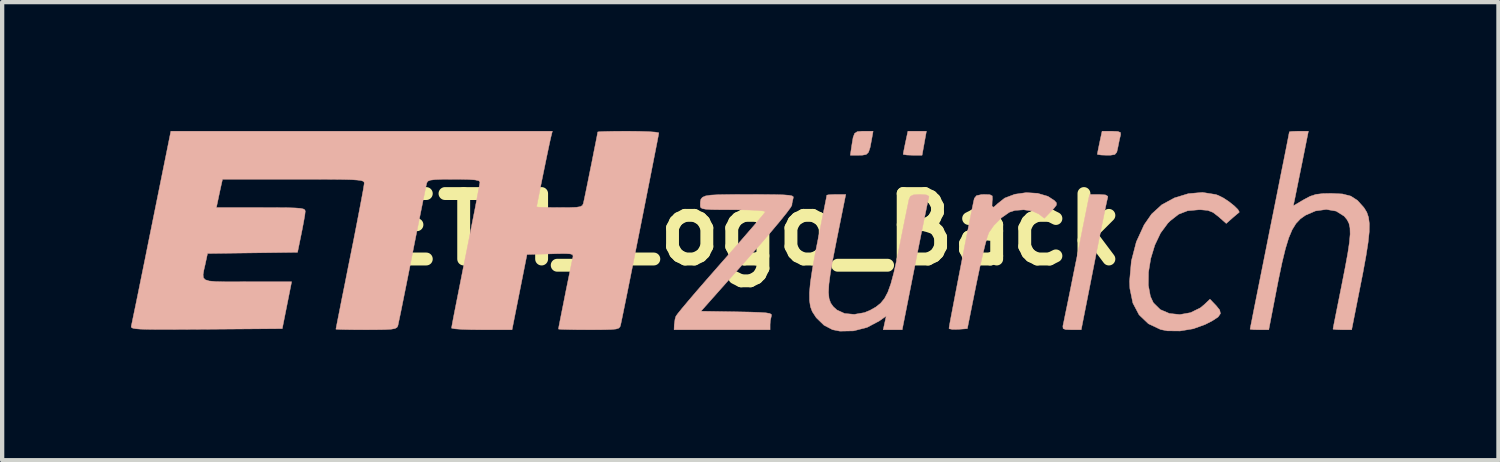
<source format=kicad_pcb>
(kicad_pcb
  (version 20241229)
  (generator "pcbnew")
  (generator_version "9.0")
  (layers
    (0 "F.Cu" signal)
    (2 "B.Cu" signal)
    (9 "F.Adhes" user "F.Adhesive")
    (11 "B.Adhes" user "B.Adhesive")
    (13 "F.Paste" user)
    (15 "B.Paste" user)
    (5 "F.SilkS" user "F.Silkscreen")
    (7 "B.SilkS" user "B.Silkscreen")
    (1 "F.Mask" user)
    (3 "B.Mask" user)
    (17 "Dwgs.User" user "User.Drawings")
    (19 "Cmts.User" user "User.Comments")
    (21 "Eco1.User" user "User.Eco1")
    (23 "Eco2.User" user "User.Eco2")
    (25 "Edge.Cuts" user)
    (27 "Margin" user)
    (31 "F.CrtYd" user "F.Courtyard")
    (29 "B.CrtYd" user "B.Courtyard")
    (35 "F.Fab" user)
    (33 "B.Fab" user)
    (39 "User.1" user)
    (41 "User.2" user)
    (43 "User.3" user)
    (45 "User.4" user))
  (footprint "ETH_Logo_Back"
    (layer "F.Cu")
    (at 14.423 2.291)
    (property "Reference" "ETH_Logo_Back" (at 0 0 0) (layer "F.SilkS") (effects (font (size 1.524 1.524) (thickness 0.3))))
    (attr through_hole)
    (fp_poly (pts (xy 3.996 -1.727) (xy 3.776 -1.727) (xy 3.643 -1.732) (xy 3.565 -1.744) (xy 3.556 -1.75) (xy 3.566 -1.809) (xy 3.591 -1.934) (xy 3.611 -2.03) (xy 3.666 -2.286) (xy 4.097 -2.286) (xy 3.996 -1.727)) (stroke (width 0.01) (type solid)) (fill yes) (layer "B.SilkS"))
    (fp_poly (pts (xy 2.822 -2.095) (xy 2.786 -1.907) (xy 2.749 -1.797) (xy 2.694 -1.744) (xy 2.604 -1.728) (xy 2.531 -1.727) (xy 2.325 -1.727) (xy 2.361 -1.968) (xy 2.39 -2.141) (xy 2.426 -2.236) (xy 2.488 -2.276) (xy 2.6 -2.286) (xy 2.65 -2.286) (xy 2.856 -2.286) (xy 2.822 -2.095)) (stroke (width 0.01) (type solid)) (fill yes) (layer "B.SilkS"))
    (fp_poly (pts (xy 8.555 -2.28) (xy 8.615 -2.256) (xy 8.619 -2.204) (xy 8.617 -2.197) (xy 8.591 -2.088) (xy 8.561 -1.939) (xy 8.557 -1.918) (xy 8.53 -1.799) (xy 8.484 -1.744) (xy 8.386 -1.728) (xy 8.3 -1.727) (xy 8.166 -1.732) (xy 8.086 -1.744) (xy 8.077 -1.75) (xy 8.087 -1.809) (xy 8.112 -1.934) (xy 8.132 -2.03) (xy 8.187 -2.286) (xy 8.415 -2.286) (xy 8.555 -2.28)) (stroke (width 0.01) (type solid)) (fill yes) (layer "B.SilkS"))
    (fp_poly (pts (xy 8.265 -0.803) (xy 8.32 -0.771) (xy 8.319 -0.749) (xy 8.304 -0.685) (xy 8.271 -0.534) (xy 8.225 -0.309) (xy 8.167 -0.022) (xy 8.1 0.313) (xy 8.027 0.683) (xy 7.999 0.826) (xy 7.701 2.337) (xy 7.477 2.337) (xy 7.34 2.332) (xy 7.28 2.309) (xy 7.274 2.253) (xy 7.28 2.223) (xy 7.297 2.145) (xy 7.33 1.981) (xy 7.379 1.745) (xy 7.439 1.45) (xy 7.507 1.11) (xy 7.582 0.739) (xy 7.601 0.648) (xy 7.895 -0.813) (xy 8.118 -0.813) (xy 8.265 -0.803)) (stroke (width 0.01) (type solid)) (fill yes) (layer "B.SilkS"))
    (fp_poly (pts (xy 6.686 -0.84) (xy 6.925 -0.77) (xy 7.075 -0.673) (xy 7.125 -0.618) (xy 7.123 -0.565) (xy 7.062 -0.486) (xy 7.004 -0.425) (xy 6.843 -0.259) (xy 6.716 -0.358) (xy 6.563 -0.428) (xy 6.362 -0.457) (xy 6.158 -0.442) (xy 6.029 -0.4) (xy 5.844 -0.271) (xy 5.666 -0.092) (xy 5.549 0.076) (xy 5.515 0.171) (xy 5.466 0.349) (xy 5.407 0.591) (xy 5.341 0.879) (xy 5.274 1.198) (xy 5.259 1.27) (xy 5.05 2.311) (xy 4.837 2.327) (xy 4.706 2.329) (xy 4.63 2.314) (xy 4.623 2.305) (xy 4.632 2.245) (xy 4.658 2.1) (xy 4.699 1.886) (xy 4.75 1.619) (xy 4.809 1.312) (xy 4.873 0.981) (xy 4.939 0.642) (xy 5.004 0.309) (xy 5.065 -0.002) (xy 5.12 -0.276) (xy 5.164 -0.497) (xy 5.196 -0.652) (xy 5.213 -0.724) (xy 5.213 -0.724) (xy 5.264 -0.786) (xy 5.382 -0.811) (xy 5.445 -0.813) (xy 5.575 -0.808) (xy 5.63 -0.779) (xy 5.634 -0.706) (xy 5.628 -0.66) (xy 5.624 -0.541) (xy 5.661 -0.515) (xy 5.738 -0.582) (xy 5.747 -0.592) (xy 5.921 -0.73) (xy 6.155 -0.818) (xy 6.42 -0.856) (xy 6.686 -0.84)) (stroke (width 0.01) (type solid)) (fill yes) (layer "B.SilkS"))
    (fp_poly (pts (xy 10.833 -0.812) (xy 10.888 -0.793) (xy 11.009 -0.733) (xy 11.142 -0.645) (xy 11.263 -0.549) (xy 11.351 -0.462) (xy 11.382 -0.404) (xy 11.375 -0.394) (xy 11.327 -0.355) (xy 11.234 -0.276) (xy 11.216 -0.26) (xy 11.078 -0.138) (xy 10.897 -0.298) (xy 10.771 -0.395) (xy 10.651 -0.442) (xy 10.489 -0.457) (xy 10.435 -0.457) (xy 10.178 -0.434) (xy 9.97 -0.353) (xy 9.773 -0.199) (xy 9.718 -0.144) (xy 9.549 0.084) (xy 9.415 0.366) (xy 9.32 0.678) (xy 9.268 0.997) (xy 9.264 1.299) (xy 9.312 1.559) (xy 9.381 1.708) (xy 9.542 1.867) (xy 9.755 1.958) (xy 9.998 1.983) (xy 10.246 1.939) (xy 10.476 1.826) (xy 10.569 1.749) (xy 10.699 1.625) (xy 10.844 1.776) (xy 10.926 1.878) (xy 10.943 1.961) (xy 10.889 2.039) (xy 10.754 2.128) (xy 10.589 2.213) (xy 10.309 2.314) (xy 10.002 2.365) (xy 9.708 2.362) (xy 9.55 2.331) (xy 9.266 2.197) (xy 9.049 1.99) (xy 8.904 1.715) (xy 8.834 1.376) (xy 8.827 1.208) (xy 8.869 0.736) (xy 8.984 0.291) (xy 9.166 -0.106) (xy 9.34 -0.357) (xy 9.577 -0.573) (xy 9.871 -0.733) (xy 10.196 -0.832) (xy 10.525 -0.861) (xy 10.833 -0.812)) (stroke (width 0.01) (type solid)) (fill yes) (layer "B.SilkS"))
    (fp_poly (pts (xy -0.04 -0.813) (xy 0.317 -0.812) (xy 0.584 -0.809) (xy 0.773 -0.804) (xy 0.897 -0.794) (xy 0.968 -0.78) (xy 0.997 -0.76) (xy 0.997 -0.734) (xy 0.996 -0.732) (xy 0.968 -0.608) (xy 0.965 -0.564) (xy 0.932 -0.506) (xy 0.84 -0.382) (xy 0.695 -0.202) (xy 0.507 0.023) (xy 0.284 0.284) (xy 0.033 0.571) (xy -0.094 0.714) (xy -1.152 1.905) (xy -0.317 1.919) (xy -0.007 1.925) (xy 0.216 1.933) (xy 0.363 1.943) (xy 0.449 1.958) (xy 0.487 1.98) (xy 0.489 2.008) (xy 0.488 2.012) (xy 0.463 2.126) (xy 0.457 2.214) (xy 0.457 2.337) (xy -1.778 2.337) (xy -1.774 2.223) (xy -1.756 2.09) (xy -1.736 2.023) (xy -1.695 1.965) (xy -1.595 1.841) (xy -1.444 1.661) (xy -1.252 1.436) (xy -1.026 1.176) (xy -0.776 0.891) (xy -0.686 0.788) (xy -0.431 0.499) (xy -0.198 0.233) (xy 0.004 0.000011) (xy 0.167 -0.189) (xy 0.282 -0.326) (xy 0.341 -0.4) (xy 0.347 -0.41) (xy 0.305 -0.428) (xy 0.174 -0.442) (xy -0.034 -0.452) (xy -0.308 -0.457) (xy -0.402 -0.457) (xy -0.696 -0.458) (xy -0.904 -0.461) (xy -1.04 -0.47) (xy -1.119 -0.484) (xy -1.157 -0.508) (xy -1.168 -0.541) (xy -1.168 -0.555) (xy -1.167 -0.638) (xy -1.154 -0.702) (xy -1.118 -0.747) (xy -1.045 -0.779) (xy -0.924 -0.798) (xy -0.742 -0.808) (xy -0.487 -0.812) (xy -0.145 -0.813) (xy -0.04 -0.813)) (stroke (width 0.01) (type solid)) (fill yes) (layer "B.SilkS"))
    (fp_poly (pts (xy 1.997 0.292) (xy 1.917 0.701) (xy 1.86 1.024) (xy 1.827 1.274) (xy 1.817 1.464) (xy 1.83 1.606) (xy 1.867 1.713) (xy 1.928 1.799) (xy 2.013 1.876) (xy 2.015 1.877) (xy 2.192 1.958) (xy 2.416 1.979) (xy 2.653 1.938) (xy 2.783 1.885) (xy 2.919 1.808) (xy 3.029 1.721) (xy 3.12 1.611) (xy 3.198 1.464) (xy 3.269 1.267) (xy 3.339 1.007) (xy 3.414 0.67) (xy 3.478 0.356) (xy 3.539 0.052) (xy 3.594 -0.223) (xy 3.641 -0.452) (xy 3.675 -0.617) (xy 3.692 -0.699) (xy 3.725 -0.77) (xy 3.796 -0.804) (xy 3.937 -0.813) (xy 3.948 -0.813) (xy 4.096 -0.803) (xy 4.155 -0.772) (xy 4.154 -0.749) (xy 4.138 -0.685) (xy 4.106 -0.534) (xy 4.06 -0.309) (xy 4.001 -0.023) (xy 3.934 0.312) (xy 3.86 0.683) (xy 3.832 0.826) (xy 3.533 2.337) (xy 3.091 2.337) (xy 3.126 2.177) (xy 3.161 2.017) (xy 2.999 2.132) (xy 2.715 2.282) (xy 2.399 2.363) (xy 2.083 2.369) (xy 1.911 2.335) (xy 1.712 2.231) (xy 1.532 2.056) (xy 1.439 1.913) (xy 1.397 1.801) (xy 1.375 1.657) (xy 1.374 1.472) (xy 1.396 1.232) (xy 1.442 0.925) (xy 1.512 0.54) (xy 1.573 0.232) (xy 1.635 -0.074) (xy 1.689 -0.345) (xy 1.733 -0.565) (xy 1.764 -0.72) (xy 1.777 -0.793) (xy 1.778 -0.797) (xy 1.823 -0.806) (xy 1.938 -0.812) (xy 1.998 -0.813) (xy 2.219 -0.813) (xy 1.997 0.292)) (stroke (width 0.01) (type solid)) (fill yes) (layer "B.SilkS"))
    (fp_poly (pts (xy 12.846 -1.562) (xy 12.791 -1.291) (xy 12.741 -1.045) (xy 12.701 -0.846) (xy 12.675 -0.717) (xy 12.67 -0.693) (xy 12.639 -0.548) (xy 12.885 -0.693) (xy 13.032 -0.771) (xy 13.167 -0.815) (xy 13.33 -0.834) (xy 13.522 -0.838) (xy 13.784 -0.825) (xy 13.978 -0.775) (xy 14.132 -0.676) (xy 14.277 -0.515) (xy 14.29 -0.498) (xy 14.351 -0.398) (xy 14.391 -0.28) (xy 14.41 -0.132) (xy 14.407 0.059) (xy 14.381 0.305) (xy 14.332 0.618) (xy 14.26 1.012) (xy 14.219 1.219) (xy 13.998 2.337) (xy 13.781 2.337) (xy 13.649 2.333) (xy 13.572 2.325) (xy 13.564 2.321) (xy 13.573 2.268) (xy 13.6 2.131) (xy 13.641 1.925) (xy 13.693 1.665) (xy 13.753 1.365) (xy 13.767 1.295) (xy 13.848 0.882) (xy 13.908 0.555) (xy 13.946 0.302) (xy 13.963 0.11) (xy 13.959 -0.034) (xy 13.935 -0.142) (xy 13.891 -0.227) (xy 13.828 -0.303) (xy 13.822 -0.309) (xy 13.638 -0.425) (xy 13.408 -0.465) (xy 13.156 -0.43) (xy 12.924 -0.33) (xy 12.805 -0.246) (xy 12.703 -0.138) (xy 12.614 0.005) (xy 12.533 0.197) (xy 12.456 0.449) (xy 12.377 0.774) (xy 12.291 1.184) (xy 12.262 1.333) (xy 12.068 2.337) (xy 11.851 2.337) (xy 11.718 2.334) (xy 11.641 2.326) (xy 11.633 2.322) (xy 11.643 2.271) (xy 11.671 2.131) (xy 11.714 1.91) (xy 11.772 1.62) (xy 11.842 1.269) (xy 11.922 0.869) (xy 12.01 0.429) (xy 12.09 0.025) (xy 12.184 -0.441) (xy 12.271 -0.877) (xy 12.349 -1.271) (xy 12.418 -1.613) (xy 12.474 -1.894) (xy 12.515 -2.104) (xy 12.54 -2.233) (xy 12.548 -2.272) (xy 12.593 -2.28) (xy 12.707 -2.285) (xy 12.769 -2.286) (xy 12.991 -2.286) (xy 12.846 -1.562)) (stroke (width 0.01) (type solid)) (fill yes) (layer "B.SilkS"))
    (fp_poly (pts (xy -4.647 -2.146) (xy -4.667 -2.058) (xy -4.701 -1.898) (xy -4.745 -1.689) (xy -4.794 -1.449) (xy -4.845 -1.201) (xy -4.893 -0.964) (xy -4.934 -0.76) (xy -4.964 -0.608) (xy -4.978 -0.531) (xy -4.978 -0.525) (xy -4.931 -0.518) (xy -4.803 -0.513) (xy -4.616 -0.509) (xy -4.446 -0.508) (xy -4.208 -0.509) (xy -4.053 -0.515) (xy -3.961 -0.53) (xy -3.914 -0.557) (xy -3.892 -0.601) (xy -3.887 -0.622) (xy -3.868 -0.709) (xy -3.835 -0.867) (xy -3.792 -1.077) (xy -3.744 -1.316) (xy -3.693 -1.566) (xy -3.646 -1.806) (xy -3.604 -2.015) (xy -3.573 -2.172) (xy -3.557 -2.259) (xy -3.556 -2.269) (xy -3.508 -2.275) (xy -3.377 -2.28) (xy -3.181 -2.284) (xy -2.937 -2.286) (xy -2.845 -2.286) (xy -2.589 -2.283) (xy -2.374 -2.276) (xy -2.218 -2.265) (xy -2.14 -2.251) (xy -2.134 -2.246) (xy -2.143 -2.191) (xy -2.17 -2.048) (xy -2.213 -1.83) (xy -2.268 -1.55) (xy -2.333 -1.219) (xy -2.406 -0.85) (xy -2.484 -0.455) (xy -2.565 -0.047) (xy -2.647 0.363) (xy -2.726 0.761) (xy -2.801 1.136) (xy -2.869 1.475) (xy -2.928 1.765) (xy -2.975 1.996) (xy -3.008 2.154) (xy -3.023 2.223) (xy -3.037 2.268) (xy -3.067 2.299) (xy -3.127 2.319) (xy -3.235 2.33) (xy -3.406 2.335) (xy -3.657 2.337) (xy -3.76 2.337) (xy -4.016 2.336) (xy -4.23 2.332) (xy -4.386 2.328) (xy -4.464 2.322) (xy -4.47 2.319) (xy -4.461 2.265) (xy -4.435 2.131) (xy -4.397 1.939) (xy -4.351 1.709) (xy -4.302 1.46) (xy -4.252 1.214) (xy -4.206 0.991) (xy -4.169 0.811) (xy -4.145 0.694) (xy -4.139 0.671) (xy -4.13 0.62) (xy -4.143 0.588) (xy -4.196 0.57) (xy -4.304 0.563) (xy -4.485 0.565) (xy -4.658 0.57) (xy -5.203 0.584) (xy -5.551 2.337) (xy -6.255 2.337) (xy -6.51 2.334) (xy -6.723 2.327) (xy -6.877 2.315) (xy -6.954 2.301) (xy -6.96 2.296) (xy -6.95 2.239) (xy -6.923 2.093) (xy -6.88 1.872) (xy -6.824 1.588) (xy -6.757 1.251) (xy -6.683 0.875) (xy -6.629 0.61) (xy -6.55 0.212) (xy -6.478 -0.154) (xy -6.414 -0.478) (xy -6.363 -0.747) (xy -6.325 -0.949) (xy -6.303 -1.071) (xy -6.299 -1.103) (xy -6.324 -1.132) (xy -6.408 -1.152) (xy -6.564 -1.163) (xy -6.804 -1.168) (xy -6.905 -1.168) (xy -7.165 -1.167) (xy -7.341 -1.16) (xy -7.449 -1.147) (xy -7.508 -1.124) (xy -7.534 -1.088) (xy -7.537 -1.079) (xy -7.553 -1.009) (xy -7.586 -0.852) (xy -7.633 -0.621) (xy -7.692 -0.328) (xy -7.761 0.013) (xy -7.836 0.39) (xy -7.874 0.584) (xy -7.951 0.974) (xy -8.023 1.334) (xy -8.087 1.653) (xy -8.14 1.916) (xy -8.181 2.111) (xy -8.205 2.225) (xy -8.211 2.248) (xy -8.231 2.283) (xy -8.277 2.308) (xy -8.366 2.324) (xy -8.514 2.333) (xy -8.736 2.336) (xy -8.944 2.337) (xy -9.199 2.336) (xy -9.413 2.333) (xy -9.568 2.329) (xy -9.646 2.324) (xy -9.652 2.322) (xy -9.642 2.27) (xy -9.615 2.131) (xy -9.572 1.915) (xy -9.517 1.635) (xy -9.45 1.303) (xy -9.376 0.929) (xy -9.322 0.66) (xy -9.242 0.262) (xy -9.17 -0.108) (xy -9.107 -0.435) (xy -9.055 -0.709) (xy -9.017 -0.915) (xy -8.996 -1.043) (xy -8.992 -1.077) (xy -8.997 -1.102) (xy -9.019 -1.122) (xy -9.068 -1.138) (xy -9.155 -1.149) (xy -9.289 -1.158) (xy -9.482 -1.163) (xy -9.742 -1.166) (xy -10.081 -1.168) (xy -10.509 -1.168) (xy -10.642 -1.168) (xy -12.292 -1.168) (xy -12.318 -1.054) (xy -12.345 -0.931) (xy -12.38 -0.768) (xy -12.389 -0.724) (xy -12.435 -0.508) (xy -11.399 -0.508) (xy -11.049 -0.507) (xy -10.788 -0.505) (xy -10.602 -0.499) (xy -10.48 -0.49) (xy -10.409 -0.475) (xy -10.375 -0.454) (xy -10.366 -0.425) (xy -10.366 -0.419) (xy -10.376 -0.33) (xy -10.404 -0.172) (xy -10.442 0.028) (xy -10.457 0.102) (xy -10.545 0.533) (xy -11.593 0.547) (xy -12.641 0.561) (xy -12.696 0.816) (xy -12.727 0.951) (xy -12.744 1.052) (xy -12.738 1.124) (xy -12.695 1.172) (xy -12.605 1.201) (xy -12.455 1.215) (xy -12.233 1.22) (xy -11.928 1.22) (xy -11.717 1.219) (xy -10.683 1.219) (xy -10.792 1.765) (xy -10.901 2.311) (xy -12.67 2.325) (xy -13.141 2.328) (xy -13.52 2.33) (xy -13.817 2.33) (xy -14.041 2.327) (xy -14.203 2.322) (xy -14.312 2.313) (xy -14.378 2.301) (xy -14.41 2.285) (xy -14.418 2.264) (xy -14.416 2.249) (xy -14.401 2.181) (xy -14.369 2.025) (xy -14.32 1.79) (xy -14.258 1.488) (xy -14.185 1.127) (xy -14.102 0.72) (xy -14.013 0.276) (xy -13.944 -0.064) (xy -13.495 -2.286) (xy -9.054 -2.286) (xy -4.612 -2.286) (xy -4.647 -2.146)) (stroke (width 0.01) (type solid)) (fill yes) (layer "B.SilkS")))
  (gr_rect
    (start -3 -3)
    (end 31.839 7.665)
    (stroke (width 0.1) (type default))
    (fill no)
    (layer "Edge.Cuts")))
</source>
